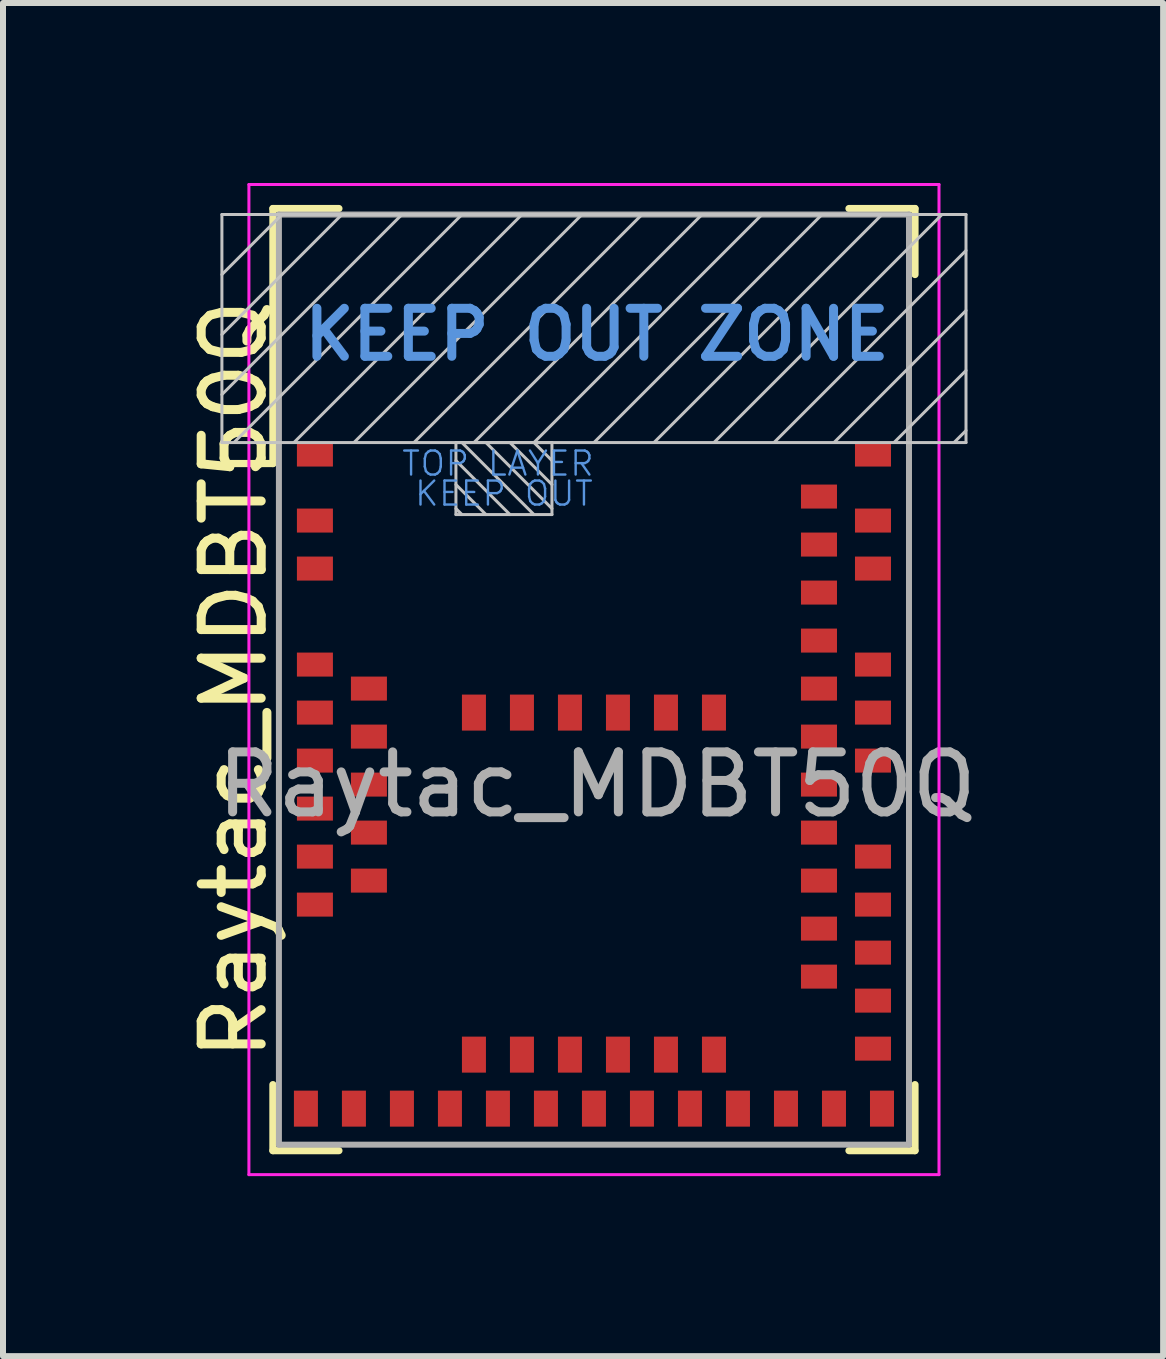
<source format=kicad_pcb>
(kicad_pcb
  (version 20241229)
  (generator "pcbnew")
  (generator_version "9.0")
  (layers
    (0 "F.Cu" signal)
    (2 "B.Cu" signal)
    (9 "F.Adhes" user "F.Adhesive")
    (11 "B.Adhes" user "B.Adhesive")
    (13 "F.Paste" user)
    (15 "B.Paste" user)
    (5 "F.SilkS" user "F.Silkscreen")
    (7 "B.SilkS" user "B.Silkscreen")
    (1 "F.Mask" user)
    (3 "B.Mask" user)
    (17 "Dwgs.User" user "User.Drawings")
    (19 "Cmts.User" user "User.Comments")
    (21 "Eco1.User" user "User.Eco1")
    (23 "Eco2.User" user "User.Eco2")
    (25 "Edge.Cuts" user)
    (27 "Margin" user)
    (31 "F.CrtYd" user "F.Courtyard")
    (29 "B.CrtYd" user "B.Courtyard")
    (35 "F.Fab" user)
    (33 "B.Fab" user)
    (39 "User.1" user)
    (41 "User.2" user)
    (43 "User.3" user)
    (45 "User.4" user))
  (footprint "Raytac_MDBT50Q"
    (layer "F.Cu")
    (at 6.848 10.025)
    (property "Reference" "Raytac_MDBT50Q" (at -6 -1.75 270) (layer "F.SilkS") (effects (font (size 1 1) (thickness 0.15))))
    (attr smd)
    (fp_line (start -5.35 -9.6) (end -5.35 -5.35) (stroke (width 0.12) (type solid)) (layer "F.SilkS"))
    (fp_line (start -5.35 -5.35) (end -6.15 -5.35) (stroke (width 0.12) (type solid)) (layer "F.SilkS"))
    (fp_line (start -5.35 5) (end -5.35 6.1) (stroke (width 0.12) (type solid)) (layer "F.SilkS"))
    (fp_line (start -5.35 6.1) (end -4.25 6.1) (stroke (width 0.12) (type solid)) (layer "F.SilkS"))
    (fp_line (start -4.25 -9.6) (end -5.35 -9.6) (stroke (width 0.12) (type solid)) (layer "F.SilkS"))
    (fp_line (start 4.25 -9.6) (end 5.35 -9.6) (stroke (width 0.12) (type solid)) (layer "F.SilkS"))
    (fp_line (start 5.35 -9.6) (end 5.35 -8.5) (stroke (width 0.12) (type solid)) (layer "F.SilkS"))
    (fp_line (start 5.35 5) (end 5.35 6.1) (stroke (width 0.12) (type solid)) (layer "F.SilkS"))
    (fp_line (start 5.35 6.1) (end 4.25 6.1) (stroke (width 0.12) (type solid)) (layer "F.SilkS"))
    (fp_line (start -6.2 -9.5) (end 6.2 -9.5) (stroke (width 0.05) (type solid)) (layer "Dwgs.User"))
    (fp_line (start -6.2 -5.7) (end -6.2 -9.5) (stroke (width 0.05) (type solid)) (layer "Dwgs.User"))
    (fp_line (start -6.2 -5.7) (end 6.2 -5.7) (stroke (width 0.05) (type solid)) (layer "Dwgs.User"))
    (fp_line (start -5.2 -9.5) (end -6.2 -8.5) (stroke (width 0.05) (type solid)) (layer "Dwgs.User"))
    (fp_line (start -4.2 -9.5) (end -6.2 -7.5) (stroke (width 0.05) (type solid)) (layer "Dwgs.User"))
    (fp_line (start -4 -5.7) (end -0.2 -9.5) (stroke (width 0.05) (type solid)) (layer "Dwgs.User"))
    (fp_line (start -3.2 -9.5) (end -6.2 -6.5) (stroke (width 0.05) (type solid)) (layer "Dwgs.User"))
    (fp_line (start -2.3 -5.7) (end -2.3 -4.5) (stroke (width 0.05) (type solid)) (layer "Dwgs.User"))
    (fp_line (start -2.3 -5.7) (end -0.7 -5.7) (stroke (width 0.05) (type solid)) (layer "Dwgs.User"))
    (fp_line (start -2.3 -5.4) (end -1.4 -4.5) (stroke (width 0.05) (type solid)) (layer "Dwgs.User"))
    (fp_line (start -2.3 -5) (end -1.8 -4.5) (stroke (width 0.05) (type solid)) (layer "Dwgs.User"))
    (fp_line (start -2.3 -4.6) (end -2.2 -4.5) (stroke (width 0.05) (type solid)) (layer "Dwgs.User"))
    (fp_line (start -2.2 -9.5) (end -6 -5.7) (stroke (width 0.05) (type solid)) (layer "Dwgs.User"))
    (fp_line (start -2.2 -5.7) (end -1 -4.5) (stroke (width 0.05) (type solid)) (layer "Dwgs.User"))
    (fp_line (start -2 -5.7) (end 1.8 -9.5) (stroke (width 0.05) (type solid)) (layer "Dwgs.User"))
    (fp_line (start -1.8 -5.7) (end -0.7 -4.6) (stroke (width 0.05) (type solid)) (layer "Dwgs.User"))
    (fp_line (start -1.4 -5.7) (end -0.7 -5) (stroke (width 0.05) (type solid)) (layer "Dwgs.User"))
    (fp_line (start -1.2 -9.5) (end -5 -5.7) (stroke (width 0.05) (type solid)) (layer "Dwgs.User"))
    (fp_line (start -1 -5.7) (end -0.7 -5.4) (stroke (width 0.05) (type solid)) (layer "Dwgs.User"))
    (fp_line (start -0.7 -5.7) (end -0.7 -4.5) (stroke (width 0.05) (type solid)) (layer "Dwgs.User"))
    (fp_line (start -0.7 -4.5) (end -2.3 -4.5) (stroke (width 0.05) (type solid)) (layer "Dwgs.User"))
    (fp_line (start 0.8 -9.5) (end -3 -5.7) (stroke (width 0.05) (type solid)) (layer "Dwgs.User"))
    (fp_line (start 2.8 -9.5) (end -1 -5.7) (stroke (width 0.05) (type solid)) (layer "Dwgs.User"))
    (fp_line (start 3.8 -9.5) (end 0 -5.7) (stroke (width 0.05) (type solid)) (layer "Dwgs.User"))
    (fp_line (start 4 -5.7) (end 6.2 -7.9) (stroke (width 0.05) (type solid)) (layer "Dwgs.User"))
    (fp_line (start 4.8 -9.5) (end 1 -5.7) (stroke (width 0.05) (type solid)) (layer "Dwgs.User"))
    (fp_line (start 5 -5.7) (end 6.2 -6.9) (stroke (width 0.05) (type solid)) (layer "Dwgs.User"))
    (fp_line (start 5.8 -9.5) (end 2 -5.7) (stroke (width 0.05) (type solid)) (layer "Dwgs.User"))
    (fp_line (start 6 -5.7) (end 6.2 -5.9) (stroke (width 0.05) (type solid)) (layer "Dwgs.User"))
    (fp_line (start 6.2 -9.5) (end 6.2 -5.7) (stroke (width 0.05) (type solid)) (layer "Dwgs.User"))
    (fp_line (start 6.2 -8.9) (end 3 -5.7) (stroke (width 0.05) (type solid)) (layer "Dwgs.User"))
    (fp_line (start -5.75 -10) (end -5.75 6.5) (stroke (width 0.05) (type solid)) (layer "F.CrtYd"))
    (fp_line (start -5.75 -10) (end 5.75 -10) (stroke (width 0.05) (type solid)) (layer "F.CrtYd"))
    (fp_line (start -5.75 6.5) (end 5.75 6.5) (stroke (width 0.05) (type solid)) (layer "F.CrtYd"))
    (fp_line (start 5.75 -10) (end 5.75 6.5) (stroke (width 0.05) (type solid)) (layer "F.CrtYd"))
    (fp_line (start -5.25 -9.5) (end 5.25 -9.5) (stroke (width 0.1) (type solid)) (layer "F.Fab"))
    (fp_line (start -5.25 6) (end -5.25 -9.5) (stroke (width 0.1) (type solid)) (layer "F.Fab"))
    (fp_line (start 5.25 -9.5) (end 5.25 6) (stroke (width 0.1) (type solid)) (layer "F.Fab"))
    (fp_line (start 5.25 6) (end -5.25 6) (stroke (width 0.1) (type solid)) (layer "F.Fab"))
    (fp_text user "KEEP OUT ZONE" (at 0.05 -7.5 0) (layer "Cmts.User") (effects (font (size 0.8 0.8) (thickness 0.15))))
    (fp_text user "TOP LAYER" (at -1.6 -5.35 0) (layer "Cmts.User") (effects (font (size 0.4 0.4) (thickness 0.04))))
    (fp_text user "KEEP OUT" (at -1.5 -4.85 0) (layer "Cmts.User") (effects (font (size 0.4 0.4) (thickness 0.04))))
    (fp_text user "${REFERENCE}" (at 0.05 0 0) (layer "F.Fab") (effects (font (size 1 1) (thickness 0.15))))
    (pad "1" smd rect (at -4.65 -5.5) (size 0.6 0.4) (layers "F.Cu" "F.Mask" "F.Paste"))
    (pad "2" smd rect (at -4.65 -4.4) (size 0.6 0.4) (layers "F.Cu" "F.Mask" "F.Paste"))
    (pad "3" smd rect (at -4.65 -3.6) (size 0.6 0.4) (layers "F.Cu" "F.Mask" "F.Paste"))
    (pad "4" smd rect (at -4.65 -2) (size 0.6 0.4) (layers "F.Cu" "F.Mask" "F.Paste"))
    (pad "5" smd rect (at -3.75 -1.6) (size 0.6 0.4) (layers "F.Cu" "F.Mask" "F.Paste"))
    (pad "6" smd rect (at -4.65 -1.2) (size 0.6 0.4) (layers "F.Cu" "F.Mask" "F.Paste"))
    (pad "7" smd rect (at -3.75 -0.8) (size 0.6 0.4) (layers "F.Cu" "F.Mask" "F.Paste"))
    (pad "8" smd rect (at -4.65 -0.4) (size 0.6 0.4) (layers "F.Cu" "F.Mask" "F.Paste"))
    (pad "9" smd rect (at -3.75 0) (size 0.6 0.4) (layers "F.Cu" "F.Mask" "F.Paste"))
    (pad "10" smd rect (at -4.65 0.4) (size 0.6 0.4) (layers "F.Cu" "F.Mask" "F.Paste"))
    (pad "11" smd rect (at -3.75 0.8) (size 0.6 0.4) (layers "F.Cu" "F.Mask" "F.Paste"))
    (pad "12" smd rect (at -4.65 1.2) (size 0.6 0.4) (layers "F.Cu" "F.Mask" "F.Paste"))
    (pad "13" smd rect (at -3.75 1.6) (size 0.6 0.4) (layers "F.Cu" "F.Mask" "F.Paste"))
    (pad "14" smd rect (at -4.65 2) (size 0.6 0.4) (layers "F.Cu" "F.Mask" "F.Paste"))
    (pad "15" smd rect (at -4.8 5.4 90) (size 0.6 0.4) (layers "F.Cu" "F.Mask" "F.Paste"))
    (pad "16" smd rect (at -4 5.4 90) (size 0.6 0.4) (layers "F.Cu" "F.Mask" "F.Paste"))
    (pad "17" smd rect (at -3.2 5.4 90) (size 0.6 0.4) (layers "F.Cu" "F.Mask" "F.Paste"))
    (pad "18" smd rect (at -2.4 5.4 90) (size 0.6 0.4) (layers "F.Cu" "F.Mask" "F.Paste"))
    (pad "19" smd rect (at -2 4.5 90) (size 0.6 0.4) (layers "F.Cu" "F.Mask" "F.Paste"))
    (pad "20" smd rect (at -1.6 5.4 90) (size 0.6 0.4) (layers "F.Cu" "F.Mask" "F.Paste"))
    (pad "21" smd rect (at -1.2 4.5 90) (size 0.6 0.4) (layers "F.Cu" "F.Mask" "F.Paste"))
    (pad "22" smd rect (at -0.8 5.4 90) (size 0.6 0.4) (layers "F.Cu" "F.Mask" "F.Paste"))
    (pad "23" smd rect (at -0.4 4.5 90) (size 0.6 0.4) (layers "F.Cu" "F.Mask" "F.Paste"))
    (pad "24" smd rect (at 0 5.4 90) (size 0.6 0.4) (layers "F.Cu" "F.Mask" "F.Paste"))
    (pad "25" smd rect (at 0.4 4.5 90) (size 0.6 0.4) (layers "F.Cu" "F.Mask" "F.Paste"))
    (pad "26" smd rect (at 0.8 5.4 90) (size 0.6 0.4) (layers "F.Cu" "F.Mask" "F.Paste"))
    (pad "27" smd rect (at 1.2 4.5 90) (size 0.6 0.4) (layers "F.Cu" "F.Mask" "F.Paste"))
    (pad "28" smd rect (at 1.6 5.4 90) (size 0.6 0.4) (layers "F.Cu" "F.Mask" "F.Paste"))
    (pad "29" smd rect (at 2 4.5 90) (size 0.6 0.4) (layers "F.Cu" "F.Mask" "F.Paste"))
    (pad "30" smd rect (at 2.4 5.4 90) (size 0.6 0.4) (layers "F.Cu" "F.Mask" "F.Paste"))
    (pad "31" smd rect (at 3.2 5.4 90) (size 0.6 0.4) (layers "F.Cu" "F.Mask" "F.Paste"))
    (pad "32" smd rect (at 4 5.4 90) (size 0.6 0.4) (layers "F.Cu" "F.Mask" "F.Paste"))
    (pad "33" smd rect (at 4.8 5.4 90) (size 0.6 0.4) (layers "F.Cu" "F.Mask" "F.Paste"))
    (pad "34" smd rect (at 4.65 4.4) (size 0.6 0.4) (layers "F.Cu" "F.Mask" "F.Paste"))
    (pad "35" smd rect (at 4.65 3.6) (size 0.6 0.4) (layers "F.Cu" "F.Mask" "F.Paste"))
    (pad "36" smd rect (at 3.75 3.2) (size 0.6 0.4) (layers "F.Cu" "F.Mask" "F.Paste"))
    (pad "37" smd rect (at 4.65 2.8) (size 0.6 0.4) (layers "F.Cu" "F.Mask" "F.Paste"))
    (pad "38" smd rect (at 3.75 2.4) (size 0.6 0.4) (layers "F.Cu" "F.Mask" "F.Paste"))
    (pad "39" smd rect (at 4.65 2) (size 0.6 0.4) (layers "F.Cu" "F.Mask" "F.Paste"))
    (pad "40" smd rect (at 3.75 1.6) (size 0.6 0.4) (layers "F.Cu" "F.Mask" "F.Paste"))
    (pad "41" smd rect (at 4.65 1.2) (size 0.6 0.4) (layers "F.Cu" "F.Mask" "F.Paste"))
    (pad "42" smd rect (at 3.75 0.8) (size 0.6 0.4) (layers "F.Cu" "F.Mask" "F.Paste"))
    (pad "43" smd rect (at 3.75 0) (size 0.6 0.4) (layers "F.Cu" "F.Mask" "F.Paste"))
    (pad "44" smd rect (at 4.65 -0.4) (size 0.6 0.4) (layers "F.Cu" "F.Mask" "F.Paste"))
    (pad "45" smd rect (at 3.75 -0.8) (size 0.6 0.4) (layers "F.Cu" "F.Mask" "F.Paste"))
    (pad "46" smd rect (at 4.65 -1.2) (size 0.6 0.4) (layers "F.Cu" "F.Mask" "F.Paste"))
    (pad "47" smd rect (at 3.75 -1.6) (size 0.6 0.4) (layers "F.Cu" "F.Mask" "F.Paste"))
    (pad "48" smd rect (at 4.65 -2) (size 0.6 0.4) (layers "F.Cu" "F.Mask" "F.Paste"))
    (pad "49" smd rect (at 3.75 -2.4) (size 0.6 0.4) (layers "F.Cu" "F.Mask" "F.Paste"))
    (pad "50" smd rect (at 3.75 -3.2) (size 0.6 0.4) (layers "F.Cu" "F.Mask" "F.Paste"))
    (pad "51" smd rect (at 4.65 -3.6) (size 0.6 0.4) (layers "F.Cu" "F.Mask" "F.Paste"))
    (pad "52" smd rect (at 3.75 -4) (size 0.6 0.4) (layers "F.Cu" "F.Mask" "F.Paste"))
    (pad "53" smd rect (at 4.65 -4.4) (size 0.6 0.4) (layers "F.Cu" "F.Mask" "F.Paste"))
    (pad "54" smd rect (at 3.75 -4.8) (size 0.6 0.4) (layers "F.Cu" "F.Mask" "F.Paste"))
    (pad "55" smd rect (at 4.65 -5.5) (size 0.6 0.4) (layers "F.Cu" "F.Mask" "F.Paste"))
    (pad "56" smd rect (at -2 -1.2 90) (size 0.6 0.4) (layers "F.Cu" "F.Mask" "F.Paste"))
    (pad "57" smd rect (at -1.2 -1.2 90) (size 0.6 0.4) (layers "F.Cu" "F.Mask" "F.Paste"))
    (pad "58" smd rect (at -0.4 -1.2 90) (size 0.6 0.4) (layers "F.Cu" "F.Mask" "F.Paste"))
    (pad "59" smd rect (at 0.4 -1.2 90) (size 0.6 0.4) (layers "F.Cu" "F.Mask" "F.Paste"))
    (pad "60" smd rect (at 1.2 -1.2 90) (size 0.6 0.4) (layers "F.Cu" "F.Mask" "F.Paste"))
    (pad "61" smd rect (at 2 -1.2 90) (size 0.6 0.4) (layers "F.Cu" "F.Mask" "F.Paste")))
  (gr_rect
    (start -3 -3)
    (end 16.333 19.55)
    (stroke (width 0.1) (type default))
    (fill no)
    (layer "Edge.Cuts")))
</source>
